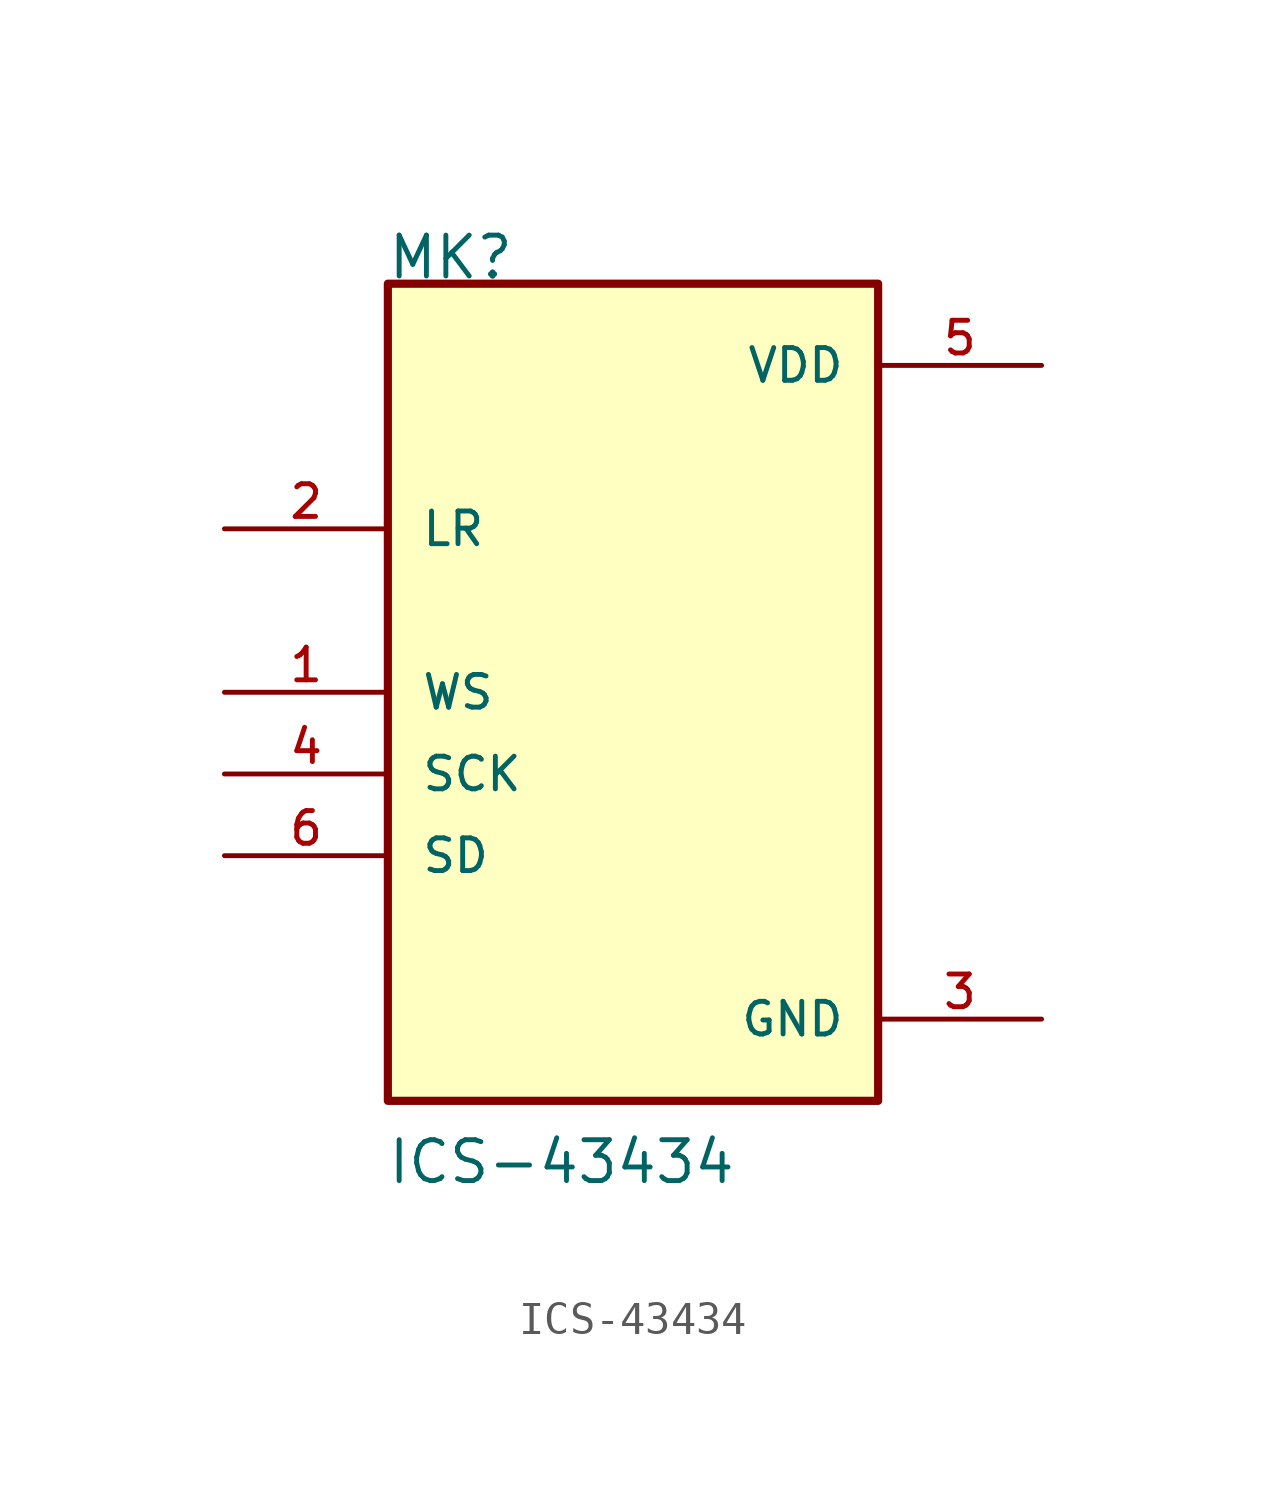
<source format=kicad_sym>
(kicad_symbol_lib
  (version 20210619)
  (generator kicad_symbol_editor)
  (symbol "ICS-43434:ICS-43434"
    (pin_names
      (offset 1.016))
    (property "Reference" "MK"
      (at -7.671 12.776 0)
      (effects (font (size 1.27 1.27)) (justify left bottom)))
    (property "Value" "ICS-43434"
      (at -7.671 -15.342 0)
      (effects (font (size 1.27 1.27)) (justify left bottom)))
    (property "ki_locked" ""
      (at 0 0 0)
      (effects (font (size 1.27 1.27))))
    (symbol "ICS-43434_0_0"
      (rectangle (start -7.62 -12.7) (end 7.62 12.7) (stroke (width 0.254)) (fill (type background)))
      (pin input line (at -12.7 0 0) (length 5.08) (name "WS" (effects (font (size 1.016 1.016)))) (number "1" (effects (font (size 1.016 1.016)))))
      (pin input line (at -12.7 5.08 0) (length 5.08) (name "LR" (effects (font (size 1.016 1.016)))) (number "2" (effects (font (size 1.016 1.016)))))
      (pin power_in line (at 12.7 -10.16 180) (length 5.08) (name "GND" (effects (font (size 1.016 1.016)))) (number "3" (effects (font (size 1.016 1.016)))))
      (pin input line (at -12.7 -2.54 0) (length 5.08) (name "SCK" (effects (font (size 1.016 1.016)))) (number "4" (effects (font (size 1.016 1.016)))))
      (pin power_in line (at 12.7 10.16 180) (length 5.08) (name "VDD" (effects (font (size 1.016 1.016)))) (number "5" (effects (font (size 1.016 1.016)))))
      (pin output line (at -12.7 -5.08 0) (length 5.08) (name "SD" (effects (font (size 1.016 1.016)))) (number "6" (effects (font (size 1.016 1.016))))))))
</source>
